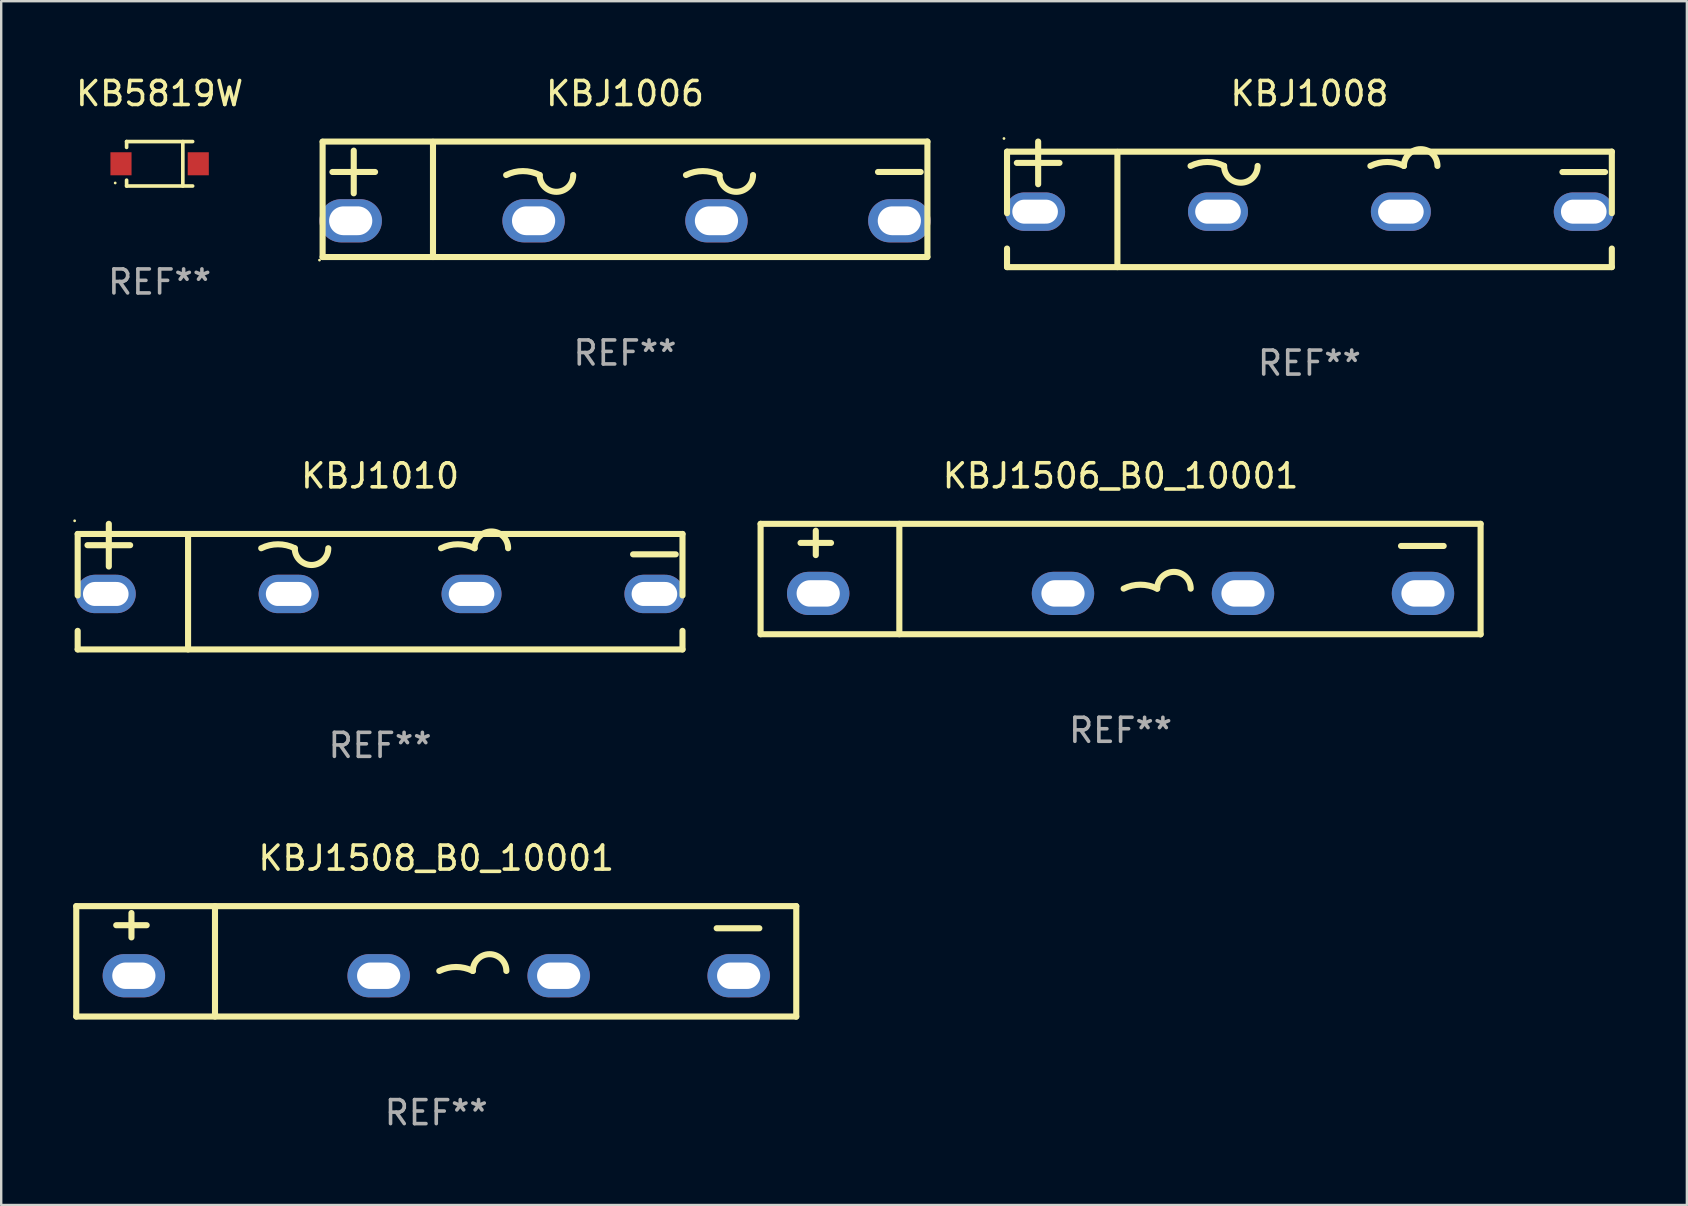
<source format=kicad_pcb>
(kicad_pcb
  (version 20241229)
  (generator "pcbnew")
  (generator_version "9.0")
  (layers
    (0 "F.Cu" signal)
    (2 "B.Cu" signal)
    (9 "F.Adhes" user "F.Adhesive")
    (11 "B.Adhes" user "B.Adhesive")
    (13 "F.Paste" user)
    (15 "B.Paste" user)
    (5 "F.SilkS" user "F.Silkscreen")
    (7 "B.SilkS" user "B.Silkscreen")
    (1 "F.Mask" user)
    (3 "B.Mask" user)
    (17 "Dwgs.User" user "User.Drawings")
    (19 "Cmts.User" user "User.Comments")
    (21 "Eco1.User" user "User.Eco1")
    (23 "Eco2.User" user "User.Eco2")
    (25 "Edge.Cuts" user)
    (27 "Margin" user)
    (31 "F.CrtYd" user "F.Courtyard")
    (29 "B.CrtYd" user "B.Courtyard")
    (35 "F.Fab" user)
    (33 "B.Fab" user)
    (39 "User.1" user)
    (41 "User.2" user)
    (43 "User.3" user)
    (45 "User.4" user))
  (footprint "KBJ1010"
    (layer "F.Cu")
    (at 12.787 21.393)
    (property "Reference" "KBJ1010" (at 0 -4.616 0) (layer "F.SilkS") (effects (font (size 1 1) (thickness 0.15))))
    (attr through_hole)
    (fp_line (start -12.6 -2.195) (end -12.6 0.368) (stroke (width 0.254) (type solid)) (layer "F.SilkS"))
    (fp_line (start -12.6 -2.195) (end 12.6 -2.195) (stroke (width 0.254) (type solid)) (layer "F.SilkS"))
    (fp_line (start -12.6 1.842) (end -12.6 2.616) (stroke (width 0.254) (type solid)) (layer "F.SilkS"))
    (fp_line (start -12.192 -1.727) (end -10.414 -1.727) (stroke (width 0.254) (type solid)) (layer "F.SilkS"))
    (fp_line (start -11.303 -0.838) (end -11.303 -2.616) (stroke (width 0.254) (type solid)) (layer "F.SilkS"))
    (fp_line (start -8.001 2.616) (end -8.001 -2.184) (stroke (width 0.254) (type solid)) (layer "F.SilkS"))
    (fp_line (start 10.541 -1.346) (end 12.319 -1.346) (stroke (width 0.254) (type solid)) (layer "F.SilkS"))
    (fp_line (start 12.6 -2.195) (end 12.6 0.368) (stroke (width 0.254) (type solid)) (layer "F.SilkS"))
    (fp_line (start 12.6 1.842) (end 12.6 2.616) (stroke (width 0.254) (type solid)) (layer "F.SilkS"))
    (fp_line (start 12.6 2.616) (end -12.6 2.616) (stroke (width 0.254) (type solid)) (layer "F.SilkS"))
    (fp_arc (start -4.95301 -1.600025) (mid -4.254509 -1.764919) (end -3.556008 -1.600025) (stroke (width 0.254001) (type solid)) (layer "F.SilkS"))
    (fp_arc (start -2.159004 -1.600025) (mid -2.857506 -0.901523) (end -3.556008 -1.600025) (stroke (width 0.254001) (type solid)) (layer "F.SilkS"))
    (fp_arc (start 2.540005 -1.600025) (mid 3.238506 -1.764919) (end 3.937007 -1.600025) (stroke (width 0.254001) (type solid)) (layer "F.SilkS"))
    (fp_arc (start 3.937007 -1.600025) (mid 4.635509 -2.298527) (end 5.334011 -1.600025) (stroke (width 0.254001) (type solid)) (layer "F.SilkS"))
    (fp_circle (center -12.727 -2.743) (end -12.697 -2.743) (stroke (width 0.06) (type solid)) (fill no) (layer "F.SilkS"))
    (fp_text user "REF**" (at 0 6.616 0) (layer "F.Fab") (effects (font (size 1 1) (thickness 0.15))))
    (pad "1" thru_hole oval (at -11.43 0.305) (size 2.5 1.6) (drill oval 1.9 1) (layers "*.Cu" "*.Mask"))
    (pad "2" thru_hole oval (at -3.81 0.305) (size 2.5 1.6) (drill oval 1.9 1) (layers "*.Cu" "*.Mask"))
    (pad "3" thru_hole oval (at 3.81 0.305) (size 2.5 1.6) (drill oval 1.9 1) (layers "*.Cu" "*.Mask"))
    (pad "4" thru_hole oval (at 11.43 0.305) (size 2.5 1.6) (drill oval 1.9 1) (layers "*.Cu" "*.Mask")))
  (footprint "KBJ1008"
    (layer "F.Cu")
    (at 51.509 5.464)
    (property "Reference" "KBJ1008" (at 0 -4.616 0) (layer "F.SilkS") (effects (font (size 1 1) (thickness 0.15))))
    (attr through_hole)
    (fp_line (start -12.6 -2.195) (end -12.6 0.368) (stroke (width 0.254) (type solid)) (layer "F.SilkS"))
    (fp_line (start -12.6 -2.195) (end 12.6 -2.195) (stroke (width 0.254) (type solid)) (layer "F.SilkS"))
    (fp_line (start -12.6 1.842) (end -12.6 2.616) (stroke (width 0.254) (type solid)) (layer "F.SilkS"))
    (fp_line (start -12.192 -1.727) (end -10.414 -1.727) (stroke (width 0.254) (type solid)) (layer "F.SilkS"))
    (fp_line (start -11.303 -0.838) (end -11.303 -2.616) (stroke (width 0.254) (type solid)) (layer "F.SilkS"))
    (fp_line (start -8.001 2.616) (end -8.001 -2.184) (stroke (width 0.254) (type solid)) (layer "F.SilkS"))
    (fp_line (start 10.541 -1.346) (end 12.319 -1.346) (stroke (width 0.254) (type solid)) (layer "F.SilkS"))
    (fp_line (start 12.6 -2.195) (end 12.6 0.368) (stroke (width 0.254) (type solid)) (layer "F.SilkS"))
    (fp_line (start 12.6 1.842) (end 12.6 2.616) (stroke (width 0.254) (type solid)) (layer "F.SilkS"))
    (fp_line (start 12.6 2.616) (end -12.6 2.616) (stroke (width 0.254) (type solid)) (layer "F.SilkS"))
    (fp_arc (start -4.95301 -1.600025) (mid -4.254509 -1.764919) (end -3.556008 -1.600025) (stroke (width 0.254001) (type solid)) (layer "F.SilkS"))
    (fp_arc (start -2.159004 -1.600025) (mid -2.857506 -0.901523) (end -3.556008 -1.600025) (stroke (width 0.254001) (type solid)) (layer "F.SilkS"))
    (fp_arc (start 2.540005 -1.600025) (mid 3.238506 -1.764919) (end 3.937007 -1.600025) (stroke (width 0.254001) (type solid)) (layer "F.SilkS"))
    (fp_arc (start 3.937007 -1.600025) (mid 4.635509 -2.298527) (end 5.334011 -1.600025) (stroke (width 0.254001) (type solid)) (layer "F.SilkS"))
    (fp_circle (center -12.727 -2.743) (end -12.697 -2.743) (stroke (width 0.06) (type solid)) (fill no) (layer "F.SilkS"))
    (fp_text user "REF**" (at 0 6.616 0) (layer "F.Fab") (effects (font (size 1 1) (thickness 0.15))))
    (pad "1" thru_hole oval (at -11.43 0.305) (size 2.5 1.6) (drill oval 1.9 1) (layers "*.Cu" "*.Mask"))
    (pad "2" thru_hole oval (at -3.81 0.305) (size 2.5 1.6) (drill oval 1.9 1) (layers "*.Cu" "*.Mask"))
    (pad "3" thru_hole oval (at 3.81 0.305) (size 2.5 1.6) (drill oval 1.9 1) (layers "*.Cu" "*.Mask"))
    (pad "4" thru_hole oval (at 11.43 0.305) (size 2.5 1.6) (drill oval 1.9 1) (layers "*.Cu" "*.Mask")))
  (footprint "KBJ1506_B0_10001"
    (layer "F.Cu")
    (at 43.641 21.079)
    (property "Reference" "KBJ1506_B0_10001" (at 0 -4.303 0) (layer "F.SilkS") (effects (font (size 1 1) (thickness 0.15))))
    (attr through_hole)
    (fp_line (start -15 -2.303) (end -15 2.297) (stroke (width 0.254) (type solid)) (layer "F.SilkS"))
    (fp_line (start -15 -2.303) (end 15 -2.303) (stroke (width 0.254) (type solid)) (layer "F.SilkS"))
    (fp_line (start -15 2.297) (end 15 2.297) (stroke (width 0.254) (type solid)) (layer "F.SilkS"))
    (fp_line (start -13.335 -1.508) (end -12.065 -1.508) (stroke (width 0.254) (type solid)) (layer "F.SilkS"))
    (fp_line (start -12.7 -1) (end -12.7 -2.016) (stroke (width 0.254) (type solid)) (layer "F.SilkS"))
    (fp_line (start -9.219 -2.303) (end -9.219 2.297) (stroke (width 0.254) (type solid)) (layer "F.SilkS"))
    (fp_line (start 11.684 -1.381) (end 13.462 -1.381) (stroke (width 0.254) (type solid)) (layer "F.SilkS"))
    (fp_line (start 15 -2.303) (end 15 2.303) (stroke (width 0.254) (type solid)) (layer "F.SilkS"))
    (fp_arc (start 0.127 0.397498) (mid 0.825502 0.232604) (end 1.524003 0.397498) (stroke (width 0.254001) (type solid)) (layer "F.SilkS"))
    (fp_arc (start 1.524002 0.397498) (mid 2.222504 -0.301004) (end 2.921006 0.397498) (stroke (width 0.254001) (type solid)) (layer "F.SilkS"))
    (fp_circle (center -15 -2.27) (end -14.97 -2.27) (stroke (width 0.06) (type solid)) (fill no) (layer "F.SilkS"))
    (fp_text user "REF**" (at 0 6.303 0) (layer "F.Fab") (effects (font (size 1 1) (thickness 0.15))))
    (pad "1" thru_hole oval (at -12.6 0.597 90) (size 1.8 2.6) (drill oval 1.1 1.8) (layers "*.Cu" "*.Mask"))
    (pad "2" thru_hole oval (at -2.4 0.597 90) (size 1.8 2.6) (drill oval 1.1 1.8) (layers "*.Cu" "*.Mask"))
    (pad "3" thru_hole oval (at 5.1 0.597 90) (size 1.8 2.6) (drill oval 1.1 1.8) (layers "*.Cu" "*.Mask"))
    (pad "4" thru_hole oval (at 12.6 0.597 90) (size 1.8 2.6) (drill oval 1.1 1.8) (layers "*.Cu" "*.Mask")))
  (footprint "KB5819W"
    (layer "F.Cu")
    (at 3.601 3.774)
    (property "Reference" "KB5819W" (at 0 -2.926 0) (layer "F.SilkS") (effects (font (size 1 1) (thickness 0.15))))
    (attr through_hole)
    (fp_line (start -1.376 -0.926) (end -1.376 -0.683) (stroke (width 0.152) (type solid)) (layer "F.SilkS"))
    (fp_line (start -1.376 0.926) (end -1.376 0.683) (stroke (width 0.152) (type solid)) (layer "F.SilkS"))
    (fp_line (start 0.967 0.926) (end 0.967 -0.926) (stroke (width 0.152) (type solid)) (layer "F.SilkS"))
    (fp_line (start 1.376 -0.926) (end -1.376 -0.926) (stroke (width 0.152) (type solid)) (layer "F.SilkS"))
    (fp_line (start 1.376 0.926) (end -1.376 0.926) (stroke (width 0.152) (type solid)) (layer "F.SilkS"))
    (fp_circle (center -1.851 0.8) (end -1.821 0.8) (stroke (width 0.06) (type solid)) (fill no) (layer "F.SilkS"))
    (fp_text user "REF**" (at 0 4.926 0) (layer "F.Fab") (effects (font (size 1 1) (thickness 0.15))))
    (pad "1" smd rect (at -1.61 -0.000102 180) (size 0.88 0.96) (layers "F.Cu" "F.Mask" "F.Paste"))
    (pad "2" smd rect (at 1.61 -0.000102 180) (size 0.88 0.96) (layers "F.Cu" "F.Mask" "F.Paste")))
  (footprint "KBJ1508_B0_10001"
    (layer "F.Cu")
    (at 15.127 37.008)
    (property "Reference" "KBJ1508_B0_10001" (at 0 -4.303 0) (layer "F.SilkS") (effects (font (size 1 1) (thickness 0.15))))
    (attr through_hole)
    (fp_line (start -15 -2.303) (end -15 2.297) (stroke (width 0.254) (type solid)) (layer "F.SilkS"))
    (fp_line (start -15 -2.303) (end 15 -2.303) (stroke (width 0.254) (type solid)) (layer "F.SilkS"))
    (fp_line (start -15 2.297) (end 15 2.297) (stroke (width 0.254) (type solid)) (layer "F.SilkS"))
    (fp_line (start -13.335 -1.508) (end -12.065 -1.508) (stroke (width 0.254) (type solid)) (layer "F.SilkS"))
    (fp_line (start -12.7 -1) (end -12.7 -2.016) (stroke (width 0.254) (type solid)) (layer "F.SilkS"))
    (fp_line (start -9.219 -2.303) (end -9.219 2.297) (stroke (width 0.254) (type solid)) (layer "F.SilkS"))
    (fp_line (start 11.684 -1.381) (end 13.462 -1.381) (stroke (width 0.254) (type solid)) (layer "F.SilkS"))
    (fp_line (start 15 -2.303) (end 15 2.303) (stroke (width 0.254) (type solid)) (layer "F.SilkS"))
    (fp_arc (start 0.127 0.397498) (mid 0.825502 0.232604) (end 1.524003 0.397498) (stroke (width 0.254001) (type solid)) (layer "F.SilkS"))
    (fp_arc (start 1.524002 0.397498) (mid 2.222504 -0.301004) (end 2.921006 0.397498) (stroke (width 0.254001) (type solid)) (layer "F.SilkS"))
    (fp_circle (center -15 -2.27) (end -14.97 -2.27) (stroke (width 0.06) (type solid)) (fill no) (layer "F.SilkS"))
    (fp_text user "REF**" (at 0 6.303 0) (layer "F.Fab") (effects (font (size 1 1) (thickness 0.15))))
    (pad "1" thru_hole oval (at -12.6 0.597 90) (size 1.8 2.6) (drill oval 1.1 1.8) (layers "*.Cu" "*.Mask"))
    (pad "2" thru_hole oval (at -2.4 0.597 90) (size 1.8 2.6) (drill oval 1.1 1.8) (layers "*.Cu" "*.Mask"))
    (pad "3" thru_hole oval (at 5.1 0.597 90) (size 1.8 2.6) (drill oval 1.1 1.8) (layers "*.Cu" "*.Mask"))
    (pad "4" thru_hole oval (at 12.6 0.597 90) (size 1.8 2.6) (drill oval 1.1 1.8) (layers "*.Cu" "*.Mask")))
  (footprint "KBJ1006"
    (layer "F.Cu")
    (at 22.992 5.254)
    (property "Reference" "KBJ1006" (at 0 -4.406 0) (layer "F.SilkS") (effects (font (size 1 1) (thickness 0.15))))
    (attr through_hole)
    (fp_line (start -12.6 -2.406) (end 12.6 -2.405) (stroke (width 0.254) (type solid)) (layer "F.SilkS"))
    (fp_line (start -12.6 2.406) (end -12.6 -2.395) (stroke (width 0.254) (type solid)) (layer "F.SilkS"))
    (fp_line (start -12.192 -1.138) (end -10.414 -1.138) (stroke (width 0.254) (type solid)) (layer "F.SilkS"))
    (fp_line (start -11.303 -0.249) (end -11.303 -2.027) (stroke (width 0.254) (type solid)) (layer "F.SilkS"))
    (fp_line (start -8.001 2.405) (end -8.001 -2.395) (stroke (width 0.254) (type solid)) (layer "F.SilkS"))
    (fp_line (start 10.541 -1.138) (end 12.319 -1.138) (stroke (width 0.254) (type solid)) (layer "F.SilkS"))
    (fp_line (start 12.6 -2.406) (end 12.6 2.395) (stroke (width 0.254) (type solid)) (layer "F.SilkS"))
    (fp_line (start 12.6 2.406) (end -12.6 2.405) (stroke (width 0.254) (type solid)) (layer "F.SilkS"))
    (fp_arc (start -4.95301 -1.010503) (mid -4.254509 -1.175397) (end -3.556007 -1.010503) (stroke (width 0.254001) (type solid)) (layer "F.SilkS"))
    (fp_arc (start -2.159004 -1.010503) (mid -2.857506 -0.312001) (end -3.556008 -1.010503) (stroke (width 0.254001) (type solid)) (layer "F.SilkS"))
    (fp_arc (start 2.540005 -1.010503) (mid 3.238506 -1.175397) (end 3.937008 -1.010503) (stroke (width 0.254001) (type solid)) (layer "F.SilkS"))
    (fp_arc (start 5.334011 -1.010503) (mid 4.635509 -0.312001) (end 3.937007 -1.010503) (stroke (width 0.254001) (type solid)) (layer "F.SilkS"))
    (fp_circle (center -12.73 2.533) (end -12.7 2.533) (stroke (width 0.06) (type solid)) (fill no) (layer "F.SilkS"))
    (fp_text user "REF**" (at 0 6.406 0) (layer "F.Fab") (effects (font (size 1 1) (thickness 0.15))))
    (pad "1" thru_hole oval (at -11.43 0.895 90) (size 1.8 2.6) (drill oval 1.2 1.8) (layers "*.Cu" "*.Mask"))
    (pad "2" thru_hole oval (at -3.81 0.895 90) (size 1.8 2.6) (drill oval 1.2 1.8) (layers "*.Cu" "*.Mask"))
    (pad "3" thru_hole oval (at 3.81 0.895 90) (size 1.8 2.6) (drill oval 1.2 1.8) (layers "*.Cu" "*.Mask"))
    (pad "4" thru_hole oval (at 11.43 0.895 90) (size 1.8 2.6) (drill oval 1.2 1.8) (layers "*.Cu" "*.Mask")))
  (gr_rect
    (start -3 -3)
    (end 67.236 47.159)
    (stroke (width 0.1) (type default))
    (fill no)
    (layer "Edge.Cuts")))
</source>
